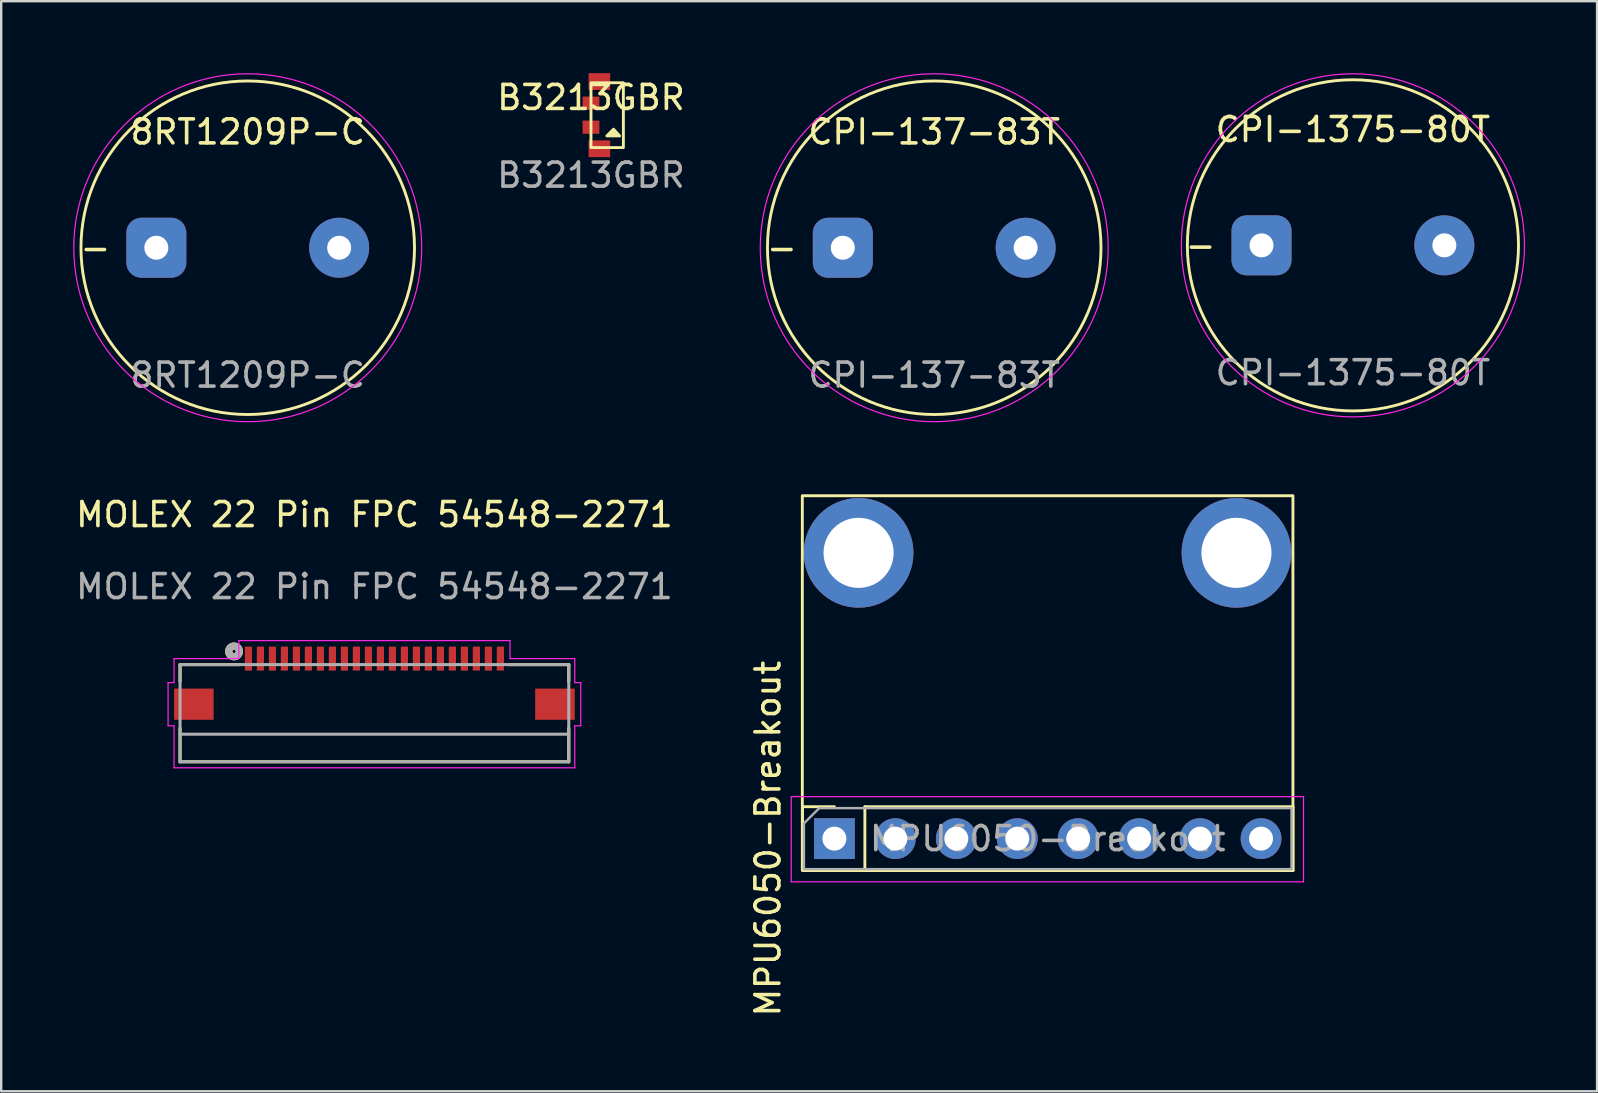
<source format=kicad_pcb>
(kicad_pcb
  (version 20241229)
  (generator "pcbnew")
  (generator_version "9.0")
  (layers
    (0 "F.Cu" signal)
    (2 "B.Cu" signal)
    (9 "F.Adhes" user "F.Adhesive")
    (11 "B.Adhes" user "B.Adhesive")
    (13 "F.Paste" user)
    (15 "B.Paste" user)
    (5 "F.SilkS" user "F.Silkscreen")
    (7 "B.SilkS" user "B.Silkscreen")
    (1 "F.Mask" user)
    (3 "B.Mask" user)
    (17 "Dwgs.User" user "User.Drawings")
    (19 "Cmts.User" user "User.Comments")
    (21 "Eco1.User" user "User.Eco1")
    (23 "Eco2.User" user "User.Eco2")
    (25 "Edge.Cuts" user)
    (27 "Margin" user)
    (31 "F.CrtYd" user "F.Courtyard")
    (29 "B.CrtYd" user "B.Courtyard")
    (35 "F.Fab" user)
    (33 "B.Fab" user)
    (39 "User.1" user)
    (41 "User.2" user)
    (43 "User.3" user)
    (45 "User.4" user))
  (footprint "CPI-1375-80T"
    (layer "F.Cu")
    (at 53.335 7.175)
    (property "Reference" "CPI-1375-80T" (at 0 -4.826 0) (unlocked yes) (layer "F.SilkS") (effects (font (size 1 1) (thickness 0.15))))
    (attr through_hole)
    (fp_circle (center 0 0) (end 6.9 0) (stroke (width 0.12) (type solid)) (fill no) (layer "F.SilkS"))
    (fp_circle (center 0 0) (end 7.15 0) (stroke (width 0.05) (type solid)) (fill no) (layer "F.CrtYd"))
    (fp_text user "-" (at -6.35 0 0) (unlocked yes) (layer "F.SilkS") (effects (font (size 1 1) (thickness 0.15))))
    (fp_text user "${REFERENCE}" (at 0 5.31 0) (unlocked yes) (layer "F.Fab") (effects (font (size 1 1) (thickness 0.15))))
    (pad "1" thru_hole circle (at 3.81 0) (size 2.5 2.5) (drill 1) (layers "*.Cu" "*.Mask"))
    (pad "2" thru_hole roundrect (at -3.81 0) (size 2.5 2.5) (drill 1) (layers "*.Cu" "*.Mask") (roundrect_rratio 0.25)))
  (footprint "MOLEX 22 Pin FPC 54548-2271"
    (layer "F.Cu")
    (at 12.554 24.398)
    (property "Reference" "MOLEX 22 Pin FPC 54548-2271" (at 0 -6 0) (unlocked yes) (layer "F.SilkS") (effects (font (size 1 1) (thickness 0.15))))
    (attr smd)
    (fp_line (start -8.1 0.25) (end -8.1 0.95) (stroke (width 0.127) (type solid)) (layer "F.SilkS"))
    (fp_line (start -8.1 4.3) (end -8.1 2.9) (stroke (width 0.127) (type solid)) (layer "F.SilkS"))
    (fp_line (start -5.6 0.25) (end -8.1 0.25) (stroke (width 0.127) (type solid)) (layer "F.SilkS"))
    (fp_line (start 5.6 0.25) (end 8.1 0.25) (stroke (width 0.127) (type solid)) (layer "F.SilkS"))
    (fp_line (start 8.1 0.25) (end 8.1 0.95) (stroke (width 0.127) (type solid)) (layer "F.SilkS"))
    (fp_line (start 8.1 2.9) (end 8.1 4.3) (stroke (width 0.127) (type solid)) (layer "F.SilkS"))
    (fp_line (start 8.1 4.3) (end -8.1 4.3) (stroke (width 0.127) (type solid)) (layer "F.SilkS"))
    (fp_circle (center -5.85 -0.3) (end -5.779 -0.3) (stroke (width 0.3) (type solid)) (fill no) (layer "F.SilkS"))
    (fp_line (start -8.6 1) (end -8.35 1) (stroke (width 0.05) (type solid)) (layer "F.CrtYd"))
    (fp_line (start -8.6 2.8) (end -8.6 1) (stroke (width 0.05) (type solid)) (layer "F.CrtYd"))
    (fp_line (start -8.35 0) (end -5.65 0) (stroke (width 0.05) (type solid)) (layer "F.CrtYd"))
    (fp_line (start -8.35 1) (end -8.35 0) (stroke (width 0.05) (type solid)) (layer "F.CrtYd"))
    (fp_line (start -8.35 2.8) (end -8.6 2.8) (stroke (width 0.05) (type solid)) (layer "F.CrtYd"))
    (fp_line (start -8.35 4.55) (end -8.35 2.8) (stroke (width 0.05) (type solid)) (layer "F.CrtYd"))
    (fp_line (start -5.65 -0.75) (end 5.65 -0.75) (stroke (width 0.05) (type solid)) (layer "F.CrtYd"))
    (fp_line (start -5.65 0) (end -5.65 -0.75) (stroke (width 0.05) (type solid)) (layer "F.CrtYd"))
    (fp_line (start 5.65 -0.75) (end 5.65 0) (stroke (width 0.05) (type solid)) (layer "F.CrtYd"))
    (fp_line (start 5.65 0) (end 8.35 0) (stroke (width 0.05) (type solid)) (layer "F.CrtYd"))
    (fp_line (start 8.35 0) (end 8.35 1) (stroke (width 0.05) (type solid)) (layer "F.CrtYd"))
    (fp_line (start 8.35 1) (end 8.6 1) (stroke (width 0.05) (type solid)) (layer "F.CrtYd"))
    (fp_line (start 8.35 2.8) (end 8.35 4.55) (stroke (width 0.05) (type solid)) (layer "F.CrtYd"))
    (fp_line (start 8.35 4.55) (end -8.35 4.55) (stroke (width 0.05) (type solid)) (layer "F.CrtYd"))
    (fp_line (start 8.6 1) (end 8.6 2.8) (stroke (width 0.05) (type solid)) (layer "F.CrtYd"))
    (fp_line (start 8.6 2.8) (end 8.35 2.8) (stroke (width 0.05) (type solid)) (layer "F.CrtYd"))
    (fp_line (start -8.1 0.25) (end 8.1 0.25) (stroke (width 0.127) (type solid)) (layer "F.Fab"))
    (fp_line (start -8.1 3.15) (end -8.1 0.25) (stroke (width 0.127) (type solid)) (layer "F.Fab"))
    (fp_line (start -8.1 4.3) (end -8.1 3.15) (stroke (width 0.127) (type solid)) (layer "F.Fab"))
    (fp_line (start 8.1 0.25) (end 8.1 3.15) (stroke (width 0.127) (type solid)) (layer "F.Fab"))
    (fp_line (start 8.1 3.15) (end -8.1 3.15) (stroke (width 0.127) (type solid)) (layer "F.Fab"))
    (fp_line (start 8.1 3.15) (end 8.1 4.3) (stroke (width 0.127) (type solid)) (layer "F.Fab"))
    (fp_line (start 8.1 4.3) (end -8.1 4.3) (stroke (width 0.127) (type solid)) (layer "F.Fab"))
    (fp_circle (center -5.85 -0.3) (end -5.779 -0.3) (stroke (width 0.3) (type solid)) (fill no) (layer "F.Fab"))
    (fp_text user "${REFERENCE}" (at 0 -3 0) (unlocked yes) (layer "F.Fab") (effects (font (size 1 1) (thickness 0.15))))
    (pad "1" smd rect (at -5.25 0 90) (size 1 0.3) (layers "F.Cu" "F.Mask" "F.Paste"))
    (pad "2" smd rect (at -4.75 0 90) (size 1 0.3) (layers "F.Cu" "F.Mask" "F.Paste"))
    (pad "3" smd rect (at -4.25 0 90) (size 1 0.3) (layers "F.Cu" "F.Mask" "F.Paste"))
    (pad "4" smd rect (at -3.75 0 90) (size 1 0.3) (layers "F.Cu" "F.Mask" "F.Paste"))
    (pad "5" smd rect (at -3.25 0 90) (size 1 0.3) (layers "F.Cu" "F.Mask" "F.Paste"))
    (pad "6" smd rect (at -2.75 0 90) (size 1 0.3) (layers "F.Cu" "F.Mask" "F.Paste"))
    (pad "7" smd rect (at -2.25 0 90) (size 1 0.3) (layers "F.Cu" "F.Mask" "F.Paste"))
    (pad "8" smd rect (at -1.75 0 90) (size 1 0.3) (layers "F.Cu" "F.Mask" "F.Paste"))
    (pad "9" smd rect (at -1.25 0 90) (size 1 0.3) (layers "F.Cu" "F.Mask" "F.Paste"))
    (pad "10" smd rect (at -0.75 0 90) (size 1 0.3) (layers "F.Cu" "F.Mask" "F.Paste"))
    (pad "11" smd rect (at -0.25 0 90) (size 1 0.3) (layers "F.Cu" "F.Mask" "F.Paste"))
    (pad "12" smd rect (at 0.25 0 90) (size 1 0.3) (layers "F.Cu" "F.Mask" "F.Paste"))
    (pad "13" smd rect (at 0.75 0 90) (size 1 0.3) (layers "F.Cu" "F.Mask" "F.Paste"))
    (pad "14" smd rect (at 1.25 0 90) (size 1 0.3) (layers "F.Cu" "F.Mask" "F.Paste"))
    (pad "15" smd rect (at 1.75 0 90) (size 1 0.3) (layers "F.Cu" "F.Mask" "F.Paste"))
    (pad "16" smd rect (at 2.25 0 90) (size 1 0.3) (layers "F.Cu" "F.Mask" "F.Paste"))
    (pad "17" smd rect (at 2.75 0 90) (size 1 0.3) (layers "F.Cu" "F.Mask" "F.Paste"))
    (pad "18" smd rect (at 3.25 0 90) (size 1 0.3) (layers "F.Cu" "F.Mask" "F.Paste"))
    (pad "19" smd rect (at 3.75 0 90) (size 1 0.3) (layers "F.Cu" "F.Mask" "F.Paste"))
    (pad "20" smd rect (at 4.25 0 90) (size 1 0.3) (layers "F.Cu" "F.Mask" "F.Paste"))
    (pad "21" smd rect (at 4.75 0 90) (size 1 0.3) (layers "F.Cu" "F.Mask" "F.Paste"))
    (pad "22" smd rect (at 5.25 0 90) (size 1 0.3) (layers "F.Cu" "F.Mask" "F.Paste"))
    (pad "SH" smd rect (at -7.525 1.9 90) (size 1.3 1.65) (layers "F.Cu" "F.Mask" "F.Paste"))
    (pad "SH" smd rect (at 7.525 1.9 90) (size 1.3 1.65) (layers "F.Cu" "F.Mask" "F.Paste")))
  (footprint "MPU6050-Breakout"
    (layer "F.Cu")
    (at 40.607 24.436)
    (property "Reference" "MPU6050-Breakout" (at -11.652 7.465 90) (layer "F.SilkS") (effects (font (size 1 1) (thickness 0.15))))
    (attr through_hole)
    (fp_line (start -10.212 6.135) (end -8.882 6.135) (stroke (width 0.12) (type solid)) (layer "F.SilkS"))
    (fp_line (start -10.212 7.465) (end -10.212 6.135) (stroke (width 0.12) (type solid)) (layer "F.SilkS"))
    (fp_line (start -7.612 6.135) (end 10.228 6.135) (stroke (width 0.12) (type solid)) (layer "F.SilkS"))
    (fp_line (start -7.612 8.795) (end -7.612 6.135) (stroke (width 0.12) (type solid)) (layer "F.SilkS"))
    (fp_line (start -7.612 8.795) (end 10.228 8.795) (stroke (width 0.12) (type solid)) (layer "F.SilkS"))
    (fp_line (start 10.228 8.795) (end 10.228 6.135) (stroke (width 0.12) (type solid)) (layer "F.SilkS"))
    (fp_rect (start -10.219 -6.826) (end 10.228 8.795) (stroke (width 0.12) (type solid)) (fill no) (layer "F.SilkS"))
    (fp_line (start -10.682 5.715) (end 10.668 5.715) (stroke (width 0.05) (type solid)) (layer "F.CrtYd"))
    (fp_line (start -10.682 9.265) (end -10.682 5.715) (stroke (width 0.05) (type solid)) (layer "F.CrtYd"))
    (fp_line (start 10.668 5.715) (end 10.668 9.265) (stroke (width 0.05) (type solid)) (layer "F.CrtYd"))
    (fp_line (start 10.668 9.265) (end -10.682 9.265) (stroke (width 0.05) (type solid)) (layer "F.CrtYd"))
    (fp_line (start -10.152 6.83) (end -9.517 6.195) (stroke (width 0.1) (type solid)) (layer "F.Fab"))
    (fp_line (start -10.152 8.735) (end -10.152 6.83) (stroke (width 0.1) (type solid)) (layer "F.Fab"))
    (fp_line (start -9.517 6.195) (end 10.168 6.195) (stroke (width 0.1) (type solid)) (layer "F.Fab"))
    (fp_line (start 10.168 6.195) (end 10.168 8.735) (stroke (width 0.1) (type solid)) (layer "F.Fab"))
    (fp_line (start 10.168 8.735) (end -10.152 8.735) (stroke (width 0.1) (type solid)) (layer "F.Fab"))
    (fp_text user "${REFERENCE}" (at 0.008 7.465 180) (layer "F.Fab") (effects (font (size 1 1) (thickness 0.15))))
    (pad "" np_thru_hole circle (at -7.874 -4.445) (size 4.572 4.572) (drill 2.921) (layers "*.Cu" "*.Mask"))
    (pad "" np_thru_hole circle (at 7.874 -4.445) (size 4.572 4.572) (drill 2.921) (layers "*.Cu" "*.Mask"))
    (pad "1" thru_hole rect (at -8.882 7.465 90) (size 1.7 1.7) (drill 1) (layers "*.Cu" "*.Mask"))
    (pad "2" thru_hole oval (at -6.342 7.465 90) (size 1.7 1.7) (drill 1) (layers "*.Cu" "*.Mask"))
    (pad "3" thru_hole oval (at -3.802 7.465 90) (size 1.7 1.7) (drill 1) (layers "*.Cu" "*.Mask"))
    (pad "4" thru_hole oval (at -1.262 7.465 90) (size 1.7 1.7) (drill 1) (layers "*.Cu" "*.Mask"))
    (pad "5" thru_hole oval (at 1.278 7.465 90) (size 1.7 1.7) (drill 1) (layers "*.Cu" "*.Mask"))
    (pad "6" thru_hole oval (at 3.818 7.465 90) (size 1.7 1.7) (drill 1) (layers "*.Cu" "*.Mask"))
    (pad "7" thru_hole oval (at 6.358 7.465 90) (size 1.7 1.7) (drill 1) (layers "*.Cu" "*.Mask"))
    (pad "8" thru_hole oval (at 8.898 7.465 90) (size 1.7 1.7) (drill 1) (layers "*.Cu" "*.Mask")))
  (footprint "8RT1209P-C"
    (layer "F.Cu")
    (at 7.275 7.275)
    (property "Reference" "8RT1209P-C" (at 0 -4.826 0) (unlocked yes) (layer "F.SilkS") (effects (font (size 1 1) (thickness 0.15))))
    (attr through_hole)
    (fp_circle (center 0 0) (end 6.95 0) (stroke (width 0.12) (type solid)) (fill no) (layer "F.SilkS"))
    (fp_circle (center 0 0) (end 7.25 0) (stroke (width 0.05) (type solid)) (fill no) (layer "F.CrtYd"))
    (fp_text user "-" (at -6.35 0 0) (unlocked yes) (layer "F.SilkS") (effects (font (size 1 1) (thickness 0.15))))
    (fp_text user "${REFERENCE}" (at 0 5.31 0) (unlocked yes) (layer "F.Fab") (effects (font (size 1 1) (thickness 0.15))))
    (pad "1" thru_hole circle (at 3.81 0) (size 2.5 2.5) (drill 1) (layers "*.Cu" "*.Mask"))
    (pad "2" thru_hole roundrect (at -3.81 0) (size 2.5 2.5) (drill 1) (layers "*.Cu" "F.Mask") (roundrect_rratio 0.25)))
  (footprint "CPI-137-83T"
    (layer "F.Cu")
    (at 35.885 7.275)
    (property "Reference" "CPI-137-83T" (at 0 -4.826 0) (unlocked yes) (layer "F.SilkS") (effects (font (size 1 1) (thickness 0.15))))
    (attr through_hole)
    (fp_circle (center 0 0) (end 6.95 0) (stroke (width 0.12) (type solid)) (fill no) (layer "F.SilkS"))
    (fp_circle (center 0 0) (end 7.25 0) (stroke (width 0.05) (type solid)) (fill no) (layer "F.CrtYd"))
    (fp_text user "-" (at -6.35 0 0) (unlocked yes) (layer "F.SilkS") (effects (font (size 1 1) (thickness 0.15))))
    (fp_text user "${REFERENCE}" (at 0 5.31 0) (unlocked yes) (layer "F.Fab") (effects (font (size 1 1) (thickness 0.15))))
    (pad "1" thru_hole circle (at 3.81 0) (size 2.5 2.5) (drill 1) (layers "*.Cu" "*.Mask"))
    (pad "2" thru_hole roundrect (at -3.81 0) (size 2.5 2.5) (drill 1) (layers "*.Cu" "F.Mask") (roundrect_rratio 0.25)))
  (footprint "B3213GBR"
    (layer "F.Cu")
    (at 21.58 1.75)
    (property "Reference" "B3213GBR" (at 0 -0.737 0) (unlocked yes) (layer "F.SilkS") (effects (font (size 1 1) (thickness 0.15))))
    (attr smd)
    (fp_rect (start 0 -1.35) (end 1.35 1.35) (stroke (width 0.12) (type solid)) (fill no) (layer "F.SilkS"))
    (fp_poly (pts (xy 1.194 0.864) (xy 0.66 0.864) (xy 0.94 0.584)) (stroke (width 0.12) (type solid)) (fill yes) (layer "F.SilkS"))
    (fp_poly (pts (xy 1.27 0.483) (xy 0.584 0.483) (xy 1.27 0.483)) (stroke (width 0.12) (type solid)) (fill yes) (layer "F.SilkS"))
    (fp_text user "${REFERENCE}" (at 0 2.5 0) (unlocked yes) (layer "F.Fab") (effects (font (size 1 1) (thickness 0.15))))
    (pad "1" smd rect (at 0.35 -1.4) (size 0.9 0.7) (layers "F.Cu" "F.Mask" "F.Paste"))
    (pad "2" smd rect (at 0 -0.5) (size 0.7 0.55) (layers "F.Cu" "F.Mask" "F.Paste"))
    (pad "3" smd rect (at 0 0.5) (size 0.7 0.55) (layers "F.Cu" "F.Mask" "F.Paste"))
    (pad "4" smd rect (at 0.35 1.4) (size 0.9 0.7) (layers "F.Cu" "F.Mask" "F.Paste")))
  (gr_rect
    (start -3 -3)
    (end 63.51 42.431)
    (stroke (width 0.1) (type default))
    (fill no)
    (layer "Edge.Cuts")))
</source>
